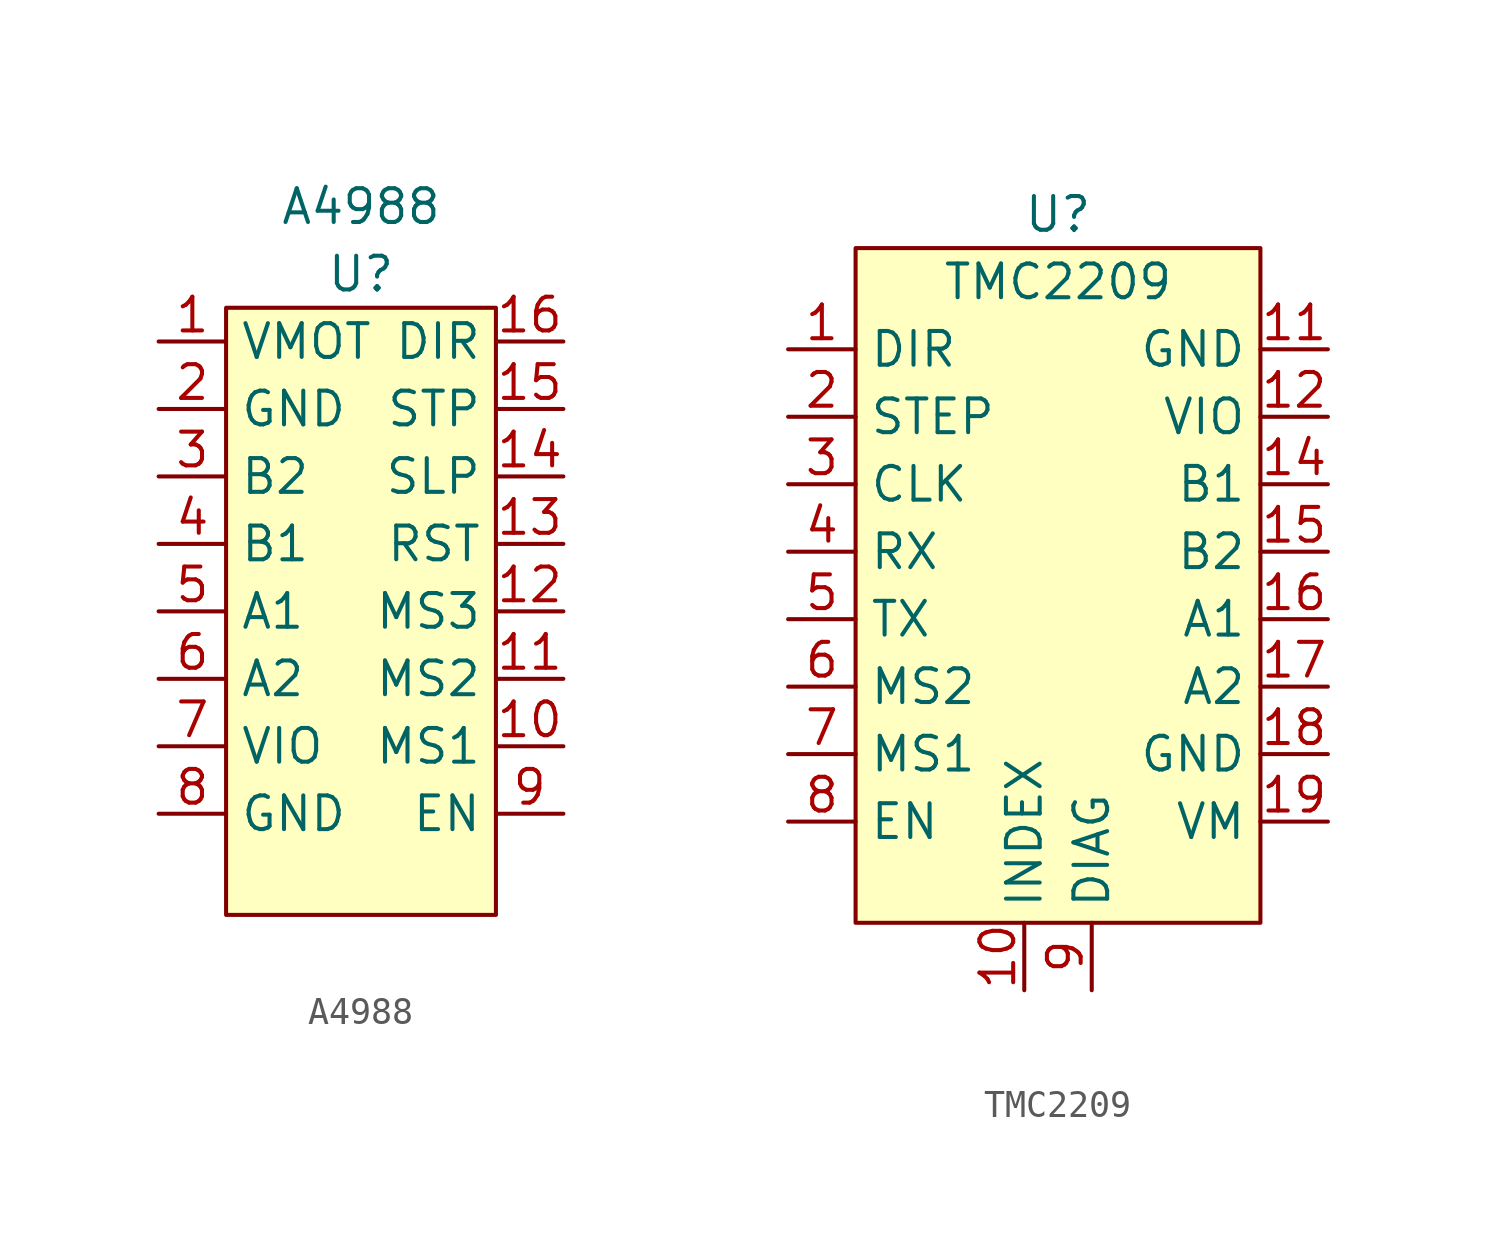
<source format=kicad_sym>
(kicad_symbol_lib
  (version 20211014)
  (generator kicad_symbol_editor)
  (symbol "A4988"
    (property "Reference" "U"
      (at 0 0 0)
      (effects (font (size 1.27 1.27))))
    (property "Value" "A4988"
      (at 0 2.54 0)
      (effects (font (size 1.27 1.27))))
    (symbol "A4988_0_1"
      (rectangle (start -5.08 -1.27) (end 5.08 -24.13) (stroke (width 0) (type default) (color 0 0 0 0)) (fill (type background))))
    (symbol "A4988_1_1"
      (pin input line (at -7.62 -2.54 0) (length 2.54) (name "VMOT" (effects (font (size 1.27 1.27)))) (number "1" (effects (font (size 1.27 1.27)))))
      (pin input line (at 7.62 -17.78 180) (length 2.54) (name "MS1" (effects (font (size 1.27 1.27)))) (number "10" (effects (font (size 1.27 1.27)))))
      (pin input line (at 7.62 -15.24 180) (length 2.54) (name "MS2" (effects (font (size 1.27 1.27)))) (number "11" (effects (font (size 1.27 1.27)))))
      (pin input line (at 7.62 -12.7 180) (length 2.54) (name "MS3" (effects (font (size 1.27 1.27)))) (number "12" (effects (font (size 1.27 1.27)))))
      (pin input line (at 7.62 -10.16 180) (length 2.54) (name "RST" (effects (font (size 1.27 1.27)))) (number "13" (effects (font (size 1.27 1.27)))))
      (pin input line (at 7.62 -7.62 180) (length 2.54) (name "SLP" (effects (font (size 1.27 1.27)))) (number "14" (effects (font (size 1.27 1.27)))))
      (pin input line (at 7.62 -5.08 180) (length 2.54) (name "STP" (effects (font (size 1.27 1.27)))) (number "15" (effects (font (size 1.27 1.27)))))
      (pin input line (at 7.62 -2.54 180) (length 2.54) (name "DIR" (effects (font (size 1.27 1.27)))) (number "16" (effects (font (size 1.27 1.27)))))
      (pin input line (at -7.62 -5.08 0) (length 2.54) (name "GND" (effects (font (size 1.27 1.27)))) (number "2" (effects (font (size 1.27 1.27)))))
      (pin input line (at -7.62 -7.62 0) (length 2.54) (name "B2" (effects (font (size 1.27 1.27)))) (number "3" (effects (font (size 1.27 1.27)))))
      (pin input line (at -7.62 -10.16 0) (length 2.54) (name "B1" (effects (font (size 1.27 1.27)))) (number "4" (effects (font (size 1.27 1.27)))))
      (pin input line (at -7.62 -12.7 0) (length 2.54) (name "A1" (effects (font (size 1.27 1.27)))) (number "5" (effects (font (size 1.27 1.27)))))
      (pin input line (at -7.62 -15.24 0) (length 2.54) (name "A2" (effects (font (size 1.27 1.27)))) (number "6" (effects (font (size 1.27 1.27)))))
      (pin input line (at -7.62 -17.78 0) (length 2.54) (name "VIO" (effects (font (size 1.27 1.27)))) (number "7" (effects (font (size 1.27 1.27)))))
      (pin input line (at -7.62 -20.32 0) (length 2.54) (name "GND" (effects (font (size 1.27 1.27)))) (number "8" (effects (font (size 1.27 1.27)))))
      (pin input line (at 7.62 -20.32 180) (length 2.54) (name "EN" (effects (font (size 1.27 1.27)))) (number "9" (effects (font (size 1.27 1.27)))))))
  (symbol "TMC2209"
    (property "Reference" "U"
      (at 0 0 0)
      (effects (font (size 1.27 1.27))))
    (property "Value" "TMC2209"
      (at 0 -2.54 0)
      (effects (font (size 1.27 1.27))))
    (symbol "TMC2209_0_1"
      (rectangle (start -7.62 -1.27) (end 7.62 -26.67) (stroke (width 0) (type default) (color 0 0 0 0)) (fill (type background))))
    (symbol "TMC2209_1_1"
      (pin input line (at -10.16 -5.08 0) (length 2.54) (name "DIR" (effects (font (size 1.27 1.27)))) (number "1" (effects (font (size 1.27 1.27)))))
      (pin input line (at -1.27 -29.21 90) (length 2.54) (name "INDEX" (effects (font (size 1.27 1.27)))) (number "10" (effects (font (size 1.27 1.27)))))
      (pin passive line (at 10.16 -5.08 180) (length 2.54) (name "GND" (effects (font (size 1.27 1.27)))) (number "11" (effects (font (size 1.27 1.27)))))
      (pin power_in line (at 10.16 -7.62 180) (length 2.54) (name "VIO" (effects (font (size 1.27 1.27)))) (number "12" (effects (font (size 1.27 1.27)))))
      (pin power_out line (at 10.16 -10.16 180) (length 2.54) (name "B1" (effects (font (size 1.27 1.27)))) (number "14" (effects (font (size 1.27 1.27)))))
      (pin power_out line (at 10.16 -12.7 180) (length 2.54) (name "B2" (effects (font (size 1.27 1.27)))) (number "15" (effects (font (size 1.27 1.27)))))
      (pin power_out line (at 10.16 -15.24 180) (length 2.54) (name "A1" (effects (font (size 1.27 1.27)))) (number "16" (effects (font (size 1.27 1.27)))))
      (pin power_out line (at 10.16 -17.78 180) (length 2.54) (name "A2" (effects (font (size 1.27 1.27)))) (number "17" (effects (font (size 1.27 1.27)))))
      (pin passive line (at 10.16 -20.32 180) (length 2.54) (name "GND" (effects (font (size 1.27 1.27)))) (number "18" (effects (font (size 1.27 1.27)))))
      (pin power_in line (at 10.16 -22.86 180) (length 2.54) (name "VM" (effects (font (size 1.27 1.27)))) (number "19" (effects (font (size 1.27 1.27)))))
      (pin input line (at -10.16 -7.62 0) (length 2.54) (name "STEP" (effects (font (size 1.27 1.27)))) (number "2" (effects (font (size 1.27 1.27)))))
      (pin input line (at -10.16 -10.16 0) (length 2.54) (name "CLK" (effects (font (size 1.27 1.27)))) (number "3" (effects (font (size 1.27 1.27)))))
      (pin input line (at -10.16 -12.7 0) (length 2.54) (name "RX" (effects (font (size 1.27 1.27)))) (number "4" (effects (font (size 1.27 1.27)))))
      (pin output line (at -10.16 -15.24 0) (length 2.54) (name "TX" (effects (font (size 1.27 1.27)))) (number "5" (effects (font (size 1.27 1.27)))))
      (pin input line (at -10.16 -17.78 0) (length 2.54) (name "MS2" (effects (font (size 1.27 1.27)))) (number "6" (effects (font (size 1.27 1.27)))))
      (pin input line (at -10.16 -20.32 0) (length 2.54) (name "MS1" (effects (font (size 1.27 1.27)))) (number "7" (effects (font (size 1.27 1.27)))))
      (pin input line (at -10.16 -22.86 0) (length 2.54) (name "EN" (effects (font (size 1.27 1.27)))) (number "8" (effects (font (size 1.27 1.27)))))
      (pin input line (at 1.27 -29.21 90) (length 2.54) (name "DIAG" (effects (font (size 1.27 1.27)))) (number "9" (effects (font (size 1.27 1.27))))))))
</source>
